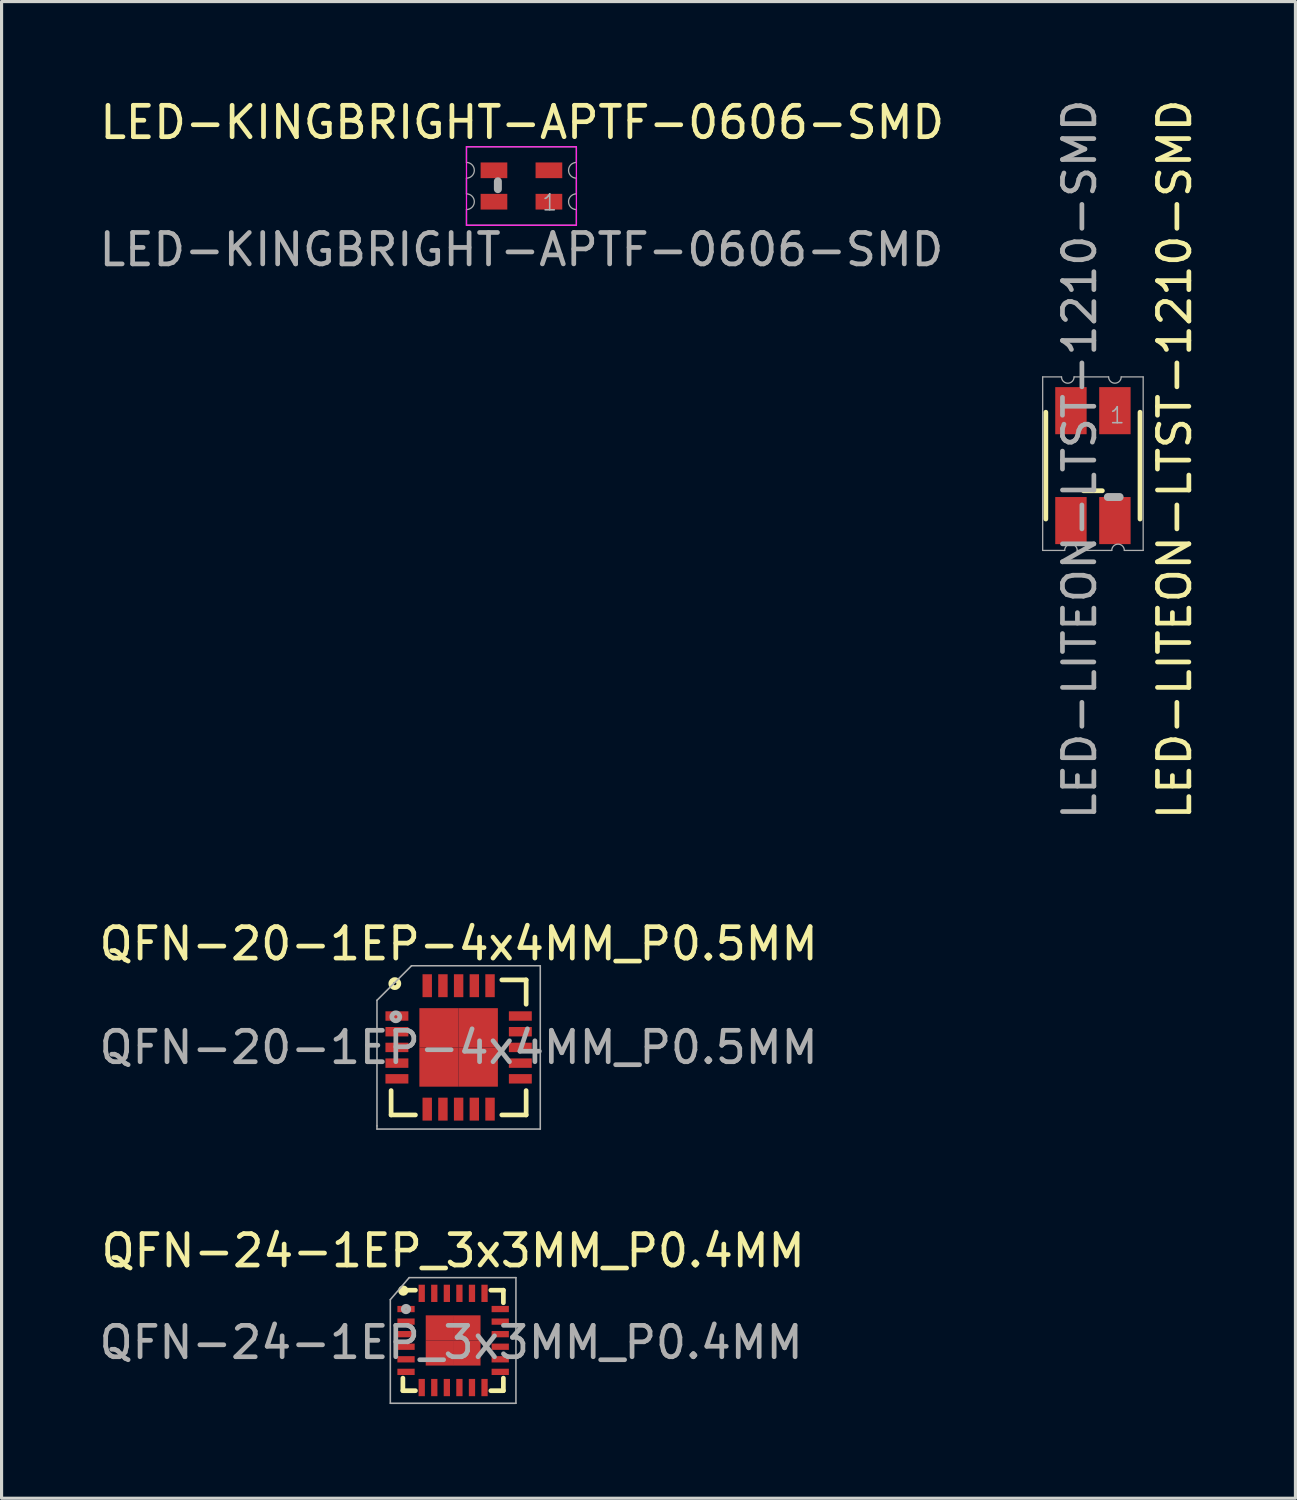
<source format=kicad_pcb>
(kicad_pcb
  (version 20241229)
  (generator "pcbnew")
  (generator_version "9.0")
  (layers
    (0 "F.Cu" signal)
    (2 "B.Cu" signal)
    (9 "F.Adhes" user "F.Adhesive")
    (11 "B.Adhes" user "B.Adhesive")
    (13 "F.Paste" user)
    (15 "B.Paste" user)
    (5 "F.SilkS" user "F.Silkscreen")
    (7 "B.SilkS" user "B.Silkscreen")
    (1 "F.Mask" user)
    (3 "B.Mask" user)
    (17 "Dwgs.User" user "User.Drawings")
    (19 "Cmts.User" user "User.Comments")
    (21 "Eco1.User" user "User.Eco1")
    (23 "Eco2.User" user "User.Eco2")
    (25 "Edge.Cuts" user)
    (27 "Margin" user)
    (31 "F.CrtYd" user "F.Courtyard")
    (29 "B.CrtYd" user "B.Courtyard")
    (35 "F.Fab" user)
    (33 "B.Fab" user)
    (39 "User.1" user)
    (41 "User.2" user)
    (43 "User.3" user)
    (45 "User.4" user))
  (footprint "LED-KINGBRIGHT-APTF-0606-SMD"
    (layer "F.Cu")
    (at 13.554 2.873)
    (property "Reference" "LED-KINGBRIGHT-APTF-0606-SMD" (at 0 2.025 180) (layer "F.Fab") (effects (font (size 1 1) (thickness 0.15))))
    (attr through_hole)
    (fp_line (start -1.75 -1.25) (end 1.75 -1.25) (stroke (width 0.041) (type solid)) (layer "F.CrtYd"))
    (fp_line (start -1.75 1.25) (end -1.75 -1.25) (stroke (width 0.041) (type solid)) (layer "F.CrtYd"))
    (fp_line (start 1.75 -1.25) (end 1.75 1.25) (stroke (width 0.041) (type solid)) (layer "F.CrtYd"))
    (fp_line (start 1.75 1.25) (end -1.75 1.25) (stroke (width 0.041) (type solid)) (layer "F.CrtYd"))
    (fp_line (start -1.75 -1.25) (end -1.75 -0.75) (stroke (width 0.041) (type solid)) (layer "F.Fab"))
    (fp_line (start -1.75 -0.25) (end -1.75 0.25) (stroke (width 0.041) (type solid)) (layer "F.Fab"))
    (fp_line (start -1.75 0.75) (end -1.75 1.25) (stroke (width 0.041) (type solid)) (layer "F.Fab"))
    (fp_line (start -1.75 1.25) (end 1.75 1.25) (stroke (width 0.041) (type solid)) (layer "F.Fab"))
    (fp_line (start -0.75 -0.15) (end -0.75 0.1) (stroke (width 0.254) (type solid)) (layer "F.Fab"))
    (fp_line (start 1.75 -1.25) (end -1.75 -1.25) (stroke (width 0.041) (type solid)) (layer "F.Fab"))
    (fp_line (start 1.75 -0.75) (end 1.75 -1.25) (stroke (width 0.041) (type solid)) (layer "F.Fab"))
    (fp_line (start 1.75 0.25) (end 1.75 -0.25) (stroke (width 0.041) (type solid)) (layer "F.Fab"))
    (fp_line (start 1.75 1.25) (end 1.75 0.75) (stroke (width 0.041) (type solid)) (layer "F.Fab"))
    (fp_arc (start -1.75 -0.75) (mid -1.5 -0.5) (end -1.75 -0.25) (stroke (width 0.04064) (type solid)) (layer "F.Fab"))
    (fp_arc (start -1.75 0.25) (mid -1.5 0.5) (end -1.75 0.75) (stroke (width 0.04064) (type solid)) (layer "F.Fab"))
    (fp_arc (start 1.75 -0.25) (mid 1.5 -0.5) (end 1.75 -0.75) (stroke (width 0.04064) (type solid)) (layer "F.Fab"))
    (fp_arc (start 1.75 0.75) (mid 1.5 0.5) (end 1.75 0.25) (stroke (width 0.04064) (type solid)) (layer "F.Fab"))
    (fp_text user "${REFERENCE}" (at 0.025 -2.025 0) (layer "F.SilkS") (effects (font (size 1 1) (thickness 0.15))))
    (fp_text user "1" (at 0.9 0.525 0) (layer "F.Fab") (effects (font (size 0.508 0.508) (thickness 0.051))))
    (pad "1" smd rect (at 0.875 0.5) (size 0.85 0.5) (layers "F.Cu" "F.Mask" "F.Paste"))
    (pad "2" smd rect (at -0.875 0.5) (size 0.85 0.5) (layers "F.Cu" "F.Mask" "F.Paste"))
    (pad "3" smd rect (at -0.875 -0.5) (size 0.85 0.5) (layers "F.Cu" "F.Mask" "F.Paste"))
    (pad "4" smd rect (at 0.875 -0.5) (size 0.85 0.5) (layers "F.Cu" "F.Mask" "F.Paste")))
  (footprint "QFN-20-1EP-4x4MM_P0.5MM"
    (layer "F.Cu")
    (at 11.554 30.303)
    (property "Reference" "QFN-20-1EP-4x4MM_P0.5MM" (at 0 0 0) (layer "F.Fab") (effects (font (size 1 1) (thickness 0.15))))
    (attr smd)
    (fp_line (start -2.15 2.15) (end -2.15 1.375) (stroke (width 0.15) (type solid)) (layer "F.SilkS"))
    (fp_line (start -2.15 2.15) (end -1.375 2.15) (stroke (width 0.15) (type solid)) (layer "F.SilkS"))
    (fp_line (start 2.15 -2.15) (end 1.375 -2.15) (stroke (width 0.15) (type solid)) (layer "F.SilkS"))
    (fp_line (start 2.15 -2.15) (end 2.15 -1.375) (stroke (width 0.15) (type solid)) (layer "F.SilkS"))
    (fp_line (start 2.15 2.15) (end 1.375 2.15) (stroke (width 0.15) (type solid)) (layer "F.SilkS"))
    (fp_line (start 2.15 2.15) (end 2.15 1.375) (stroke (width 0.15) (type solid)) (layer "F.SilkS"))
    (fp_circle (center -2.032 -2.032) (end -1.905 -2.032) (stroke (width 0.152) (type solid)) (fill no) (layer "F.SilkS"))
    (fp_line (start -2.6 -1.5) (end -2.6 2.5) (stroke (width 0.05) (type solid)) (layer "F.Fab"))
    (fp_line (start -2.6 -1.5) (end -1.5 -2.6) (stroke (width 0.051) (type solid)) (layer "F.Fab"))
    (fp_line (start -2.6 2.5) (end -2.6 2.6) (stroke (width 0.05) (type solid)) (layer "F.Fab"))
    (fp_line (start -2.6 2.6) (end 2.6 2.6) (stroke (width 0.05) (type solid)) (layer "F.Fab"))
    (fp_line (start 2.6 -2.6) (end -1.5 -2.6) (stroke (width 0.05) (type solid)) (layer "F.Fab"))
    (fp_line (start 2.6 2.6) (end 2.6 -2.6) (stroke (width 0.05) (type solid)) (layer "F.Fab"))
    (fp_circle (center -2 -0.975) (end -1.873 -0.975) (stroke (width 0.152) (type solid)) (fill no) (layer "F.Fab"))
    (fp_text user "${REFERENCE}" (at 0 -3.3 0) (layer "F.SilkS") (effects (font (size 1 1) (thickness 0.15))))
    (pad "1" smd rect (at -1.965 -1) (size 0.73 0.3) (layers "F.Cu" "F.Mask" "F.Paste"))
    (pad "2" smd rect (at -1.965 -0.5) (size 0.73 0.3) (layers "F.Cu" "F.Mask" "F.Paste"))
    (pad "3" smd rect (at -1.965 0) (size 0.73 0.3) (layers "F.Cu" "F.Mask" "F.Paste"))
    (pad "4" smd rect (at -1.965 0.5) (size 0.73 0.3) (layers "F.Cu" "F.Mask" "F.Paste"))
    (pad "5" smd rect (at -1.965 1) (size 0.73 0.3) (layers "F.Cu" "F.Mask" "F.Paste"))
    (pad "6" smd rect (at -1 1.965 90) (size 0.73 0.3) (layers "F.Cu" "F.Mask" "F.Paste"))
    (pad "7" smd rect (at -0.5 1.965 90) (size 0.73 0.3) (layers "F.Cu" "F.Mask" "F.Paste"))
    (pad "8" smd rect (at 0 1.965 90) (size 0.73 0.3) (layers "F.Cu" "F.Mask" "F.Paste"))
    (pad "9" smd rect (at 0.5 1.965 90) (size 0.73 0.3) (layers "F.Cu" "F.Mask" "F.Paste"))
    (pad "10" smd rect (at 1 1.965 90) (size 0.73 0.3) (layers "F.Cu" "F.Mask" "F.Paste"))
    (pad "11" smd rect (at 1.965 1) (size 0.73 0.3) (layers "F.Cu" "F.Mask" "F.Paste"))
    (pad "12" smd rect (at 1.965 0.5) (size 0.73 0.3) (layers "F.Cu" "F.Mask" "F.Paste"))
    (pad "13" smd rect (at 1.965 0) (size 0.73 0.3) (layers "F.Cu" "F.Mask" "F.Paste"))
    (pad "14" smd rect (at 1.965 -0.5) (size 0.73 0.3) (layers "F.Cu" "F.Mask" "F.Paste"))
    (pad "15" smd rect (at 1.965 -1) (size 0.73 0.3) (layers "F.Cu" "F.Mask" "F.Paste"))
    (pad "16" smd rect (at 1 -1.965 90) (size 0.73 0.3) (layers "F.Cu" "F.Mask" "F.Paste"))
    (pad "17" smd rect (at 0.5 -1.965 90) (size 0.73 0.3) (layers "F.Cu" "F.Mask" "F.Paste"))
    (pad "18" smd rect (at 0 -1.965 90) (size 0.73 0.3) (layers "F.Cu" "F.Mask" "F.Paste"))
    (pad "19" smd rect (at -0.5 -1.965 90) (size 0.73 0.3) (layers "F.Cu" "F.Mask" "F.Paste"))
    (pad "20" smd rect (at -1 -1.965 90) (size 0.73 0.3) (layers "F.Cu" "F.Mask" "F.Paste"))
    (pad "21" smd rect (at -0.625 -0.625) (size 1.25 1.25) (layers "F.Cu" "F.Mask" "F.Paste"))
    (pad "21" smd rect (at -0.625 0.625) (size 1.25 1.25) (layers "F.Cu" "F.Mask" "F.Paste"))
    (pad "21" smd rect (at 0.625 -0.625) (size 1.25 1.25) (layers "F.Cu" "F.Mask" "F.Paste"))
    (pad "21" smd rect (at 0.625 0.625) (size 1.25 1.25) (layers "F.Cu" "F.Mask" "F.Paste")))
  (footprint "LED-LITEON-LTST-1210-SMD"
    (layer "F.Cu")
    (at 31.752 11.777)
    (property "Reference" "LED-LITEON-LTST-1210-SMD" (at -0.425 -0.2 270) (layer "F.Fab") (effects (font (size 1 1) (thickness 0.15))))
    (attr through_hole)
    (fp_line (start -1.5 -1.7) (end -1.5 1.7) (stroke (width 0.152) (type solid)) (layer "F.SilkS"))
    (fp_line (start 0.3 0.8) (end -0.3 0.8) (stroke (width 0.152) (type solid)) (layer "F.SilkS"))
    (fp_line (start 1.5 -1.7) (end 1.5 1.7) (stroke (width 0.152) (type solid)) (layer "F.SilkS"))
    (fp_line (start -1.6 -2.825) (end -1 -2.825) (stroke (width 0.041) (type solid)) (layer "F.Fab"))
    (fp_line (start -1.6 2.7) (end -1.6 -2.825) (stroke (width 0.041) (type solid)) (layer "F.Fab"))
    (fp_line (start -1.6 2.7) (end -0.9 2.7) (stroke (width 0.041) (type solid)) (layer "F.Fab"))
    (fp_line (start -0.5 2.7) (end 0.6 2.7) (stroke (width 0.041) (type solid)) (layer "F.Fab"))
    (fp_line (start 0.475 1) (end 0.85 1) (stroke (width 0.254) (type solid)) (layer "F.Fab"))
    (fp_line (start 0.5 -2.825) (end -0.6 -2.825) (stroke (width 0.041) (type solid)) (layer "F.Fab"))
    (fp_line (start 1.6 -2.825) (end 0.9 -2.825) (stroke (width 0.041) (type solid)) (layer "F.Fab"))
    (fp_line (start 1.6 -2.825) (end 1.6 2.7) (stroke (width 0.041) (type solid)) (layer "F.Fab"))
    (fp_line (start 1.6 2.7) (end 1 2.7) (stroke (width 0.041) (type solid)) (layer "F.Fab"))
    (fp_arc (start -0.9 2.7) (mid -0.7 2.5) (end -0.5 2.7) (stroke (width 0.04064) (type solid)) (layer "F.Fab"))
    (fp_arc (start -0.6 -2.825) (mid -0.8 -2.625) (end -1 -2.825) (stroke (width 0.04064) (type solid)) (layer "F.Fab"))
    (fp_arc (start 0.6 2.7) (mid 0.8 2.5) (end 1 2.7) (stroke (width 0.04064) (type solid)) (layer "F.Fab"))
    (fp_arc (start 0.9 -2.825) (mid 0.7 -2.625) (end 0.5 -2.825) (stroke (width 0.04064) (type solid)) (layer "F.Fab"))
    (fp_text user "${REFERENCE}" (at 2.6 -0.2 90) (layer "F.SilkS") (effects (font (size 1 1) (thickness 0.15))))
    (fp_text user "1" (at 0.775 -1.6 0) (layer "F.Fab") (effects (font (size 0.508 0.508) (thickness 0.051))))
    (pad "1" smd rect (at 0.7 -1.75) (size 1 1.5) (layers "F.Cu" "F.Mask" "F.Paste"))
    (pad "2" smd rect (at -0.7 -1.75) (size 1 1.5) (layers "F.Cu" "F.Mask" "F.Paste"))
    (pad "3" smd rect (at 0.7 1.75) (size 1 1.5) (layers "F.Cu" "F.Mask" "F.Paste"))
    (pad "4" smd rect (at -0.7 1.75) (size 1 1.5) (layers "F.Cu" "F.Mask" "F.Paste")))
  (footprint "QFN-24-1EP_3x3MM_P0.4MM"
    (layer "F.Cu")
    (at 11.379 39.634)
    (property "Reference" "QFN-24-1EP_3x3MM_P0.4MM" (at -0.064 0.064 0) (layer "F.Fab") (effects (font (size 1 1) (thickness 0.15))))
    (attr smd)
    (fp_line (start -1.6 -1.6) (end -1.2 -1.6) (stroke (width 0.15) (type solid)) (layer "F.SilkS"))
    (fp_line (start -1.6 1.6) (end -1.6 1.2) (stroke (width 0.15) (type solid)) (layer "F.SilkS"))
    (fp_line (start -1.6 1.6) (end -1.2 1.6) (stroke (width 0.15) (type solid)) (layer "F.SilkS"))
    (fp_line (start 1.6 -1.6) (end 1.2 -1.6) (stroke (width 0.15) (type solid)) (layer "F.SilkS"))
    (fp_line (start 1.6 -1.6) (end 1.6 -1.2) (stroke (width 0.15) (type solid)) (layer "F.SilkS"))
    (fp_line (start 1.6 1.6) (end 1.2 1.6) (stroke (width 0.15) (type solid)) (layer "F.SilkS"))
    (fp_line (start 1.6 1.6) (end 1.6 1.2) (stroke (width 0.15) (type solid)) (layer "F.SilkS"))
    (fp_circle (center -1.587 -1.587) (end -1.5 -1.6) (stroke (width 0.152) (type solid)) (fill no) (layer "F.SilkS"))
    (fp_line (start -2 -1.3) (end -1.4 -2) (stroke (width 0.05) (type solid)) (layer "F.Fab"))
    (fp_line (start -2 2) (end -2 -1.3) (stroke (width 0.05) (type solid)) (layer "F.Fab"))
    (fp_line (start -1.4 -2) (end 2 -2) (stroke (width 0.05) (type solid)) (layer "F.Fab"))
    (fp_line (start 2 -2) (end 2 2) (stroke (width 0.05) (type solid)) (layer "F.Fab"))
    (fp_line (start 2 2) (end -2 2) (stroke (width 0.05) (type solid)) (layer "F.Fab"))
    (fp_circle (center -1.5 -1) (end -1.413 -1.012) (stroke (width 0.152) (type solid)) (fill no) (layer "F.Fab"))
    (fp_text user "${REFERENCE}" (at 0 -2.857 0) (layer "F.SilkS") (effects (font (size 1 1) (thickness 0.15))))
    (pad "1" smd rect (at -1.5 -1) (size 0.55 0.2) (layers "F.Cu" "F.Mask" "F.Paste"))
    (pad "2" smd rect (at -1.5 -0.6) (size 0.55 0.2) (layers "F.Cu" "F.Mask" "F.Paste"))
    (pad "3" smd rect (at -1.5 -0.2) (size 0.55 0.2) (layers "F.Cu" "F.Mask" "F.Paste"))
    (pad "4" smd rect (at -1.5 0.2) (size 0.55 0.2) (layers "F.Cu" "F.Mask" "F.Paste"))
    (pad "5" smd rect (at -1.5 0.6) (size 0.55 0.2) (layers "F.Cu" "F.Mask" "F.Paste"))
    (pad "6" smd rect (at -1.5 1) (size 0.55 0.2) (layers "F.Cu" "F.Mask" "F.Paste"))
    (pad "7" smd rect (at -1 1.5 90) (size 0.55 0.2) (layers "F.Cu" "F.Mask" "F.Paste"))
    (pad "8" smd rect (at -0.6 1.5 90) (size 0.55 0.2) (layers "F.Cu" "F.Mask" "F.Paste"))
    (pad "9" smd rect (at -0.2 1.5 90) (size 0.55 0.2) (layers "F.Cu" "F.Mask" "F.Paste"))
    (pad "10" smd rect (at 0.2 1.5 90) (size 0.55 0.2) (layers "F.Cu" "F.Mask" "F.Paste"))
    (pad "11" smd rect (at 0.6 1.5 90) (size 0.55 0.2) (layers "F.Cu" "F.Mask" "F.Paste"))
    (pad "12" smd rect (at 1 1.5 90) (size 0.55 0.2) (layers "F.Cu" "F.Mask" "F.Paste"))
    (pad "13" smd rect (at 1.5 1) (size 0.55 0.2) (layers "F.Cu" "F.Mask" "F.Paste"))
    (pad "14" smd rect (at 1.5 0.6) (size 0.55 0.2) (layers "F.Cu" "F.Mask" "F.Paste"))
    (pad "15" smd rect (at 1.5 0.2) (size 0.55 0.2) (layers "F.Cu" "F.Mask" "F.Paste"))
    (pad "16" smd rect (at 1.5 -0.2) (size 0.55 0.2) (layers "F.Cu" "F.Mask" "F.Paste"))
    (pad "17" smd rect (at 1.5 -0.6) (size 0.55 0.2) (layers "F.Cu" "F.Mask" "F.Paste"))
    (pad "18" smd rect (at 1.5 -1) (size 0.55 0.2) (layers "F.Cu" "F.Mask" "F.Paste"))
    (pad "19" smd rect (at 1 -1.5 90) (size 0.55 0.2) (layers "F.Cu" "F.Mask" "F.Paste"))
    (pad "20" smd rect (at 0.6 -1.5 90) (size 0.55 0.2) (layers "F.Cu" "F.Mask" "F.Paste"))
    (pad "21" smd rect (at 0.2 -1.5 90) (size 0.55 0.2) (layers "F.Cu" "F.Mask" "F.Paste"))
    (pad "22" smd rect (at -0.2 -1.5 90) (size 0.55 0.2) (layers "F.Cu" "F.Mask" "F.Paste"))
    (pad "23" smd rect (at -0.6 -1.5 90) (size 0.55 0.2) (layers "F.Cu" "F.Mask" "F.Paste"))
    (pad "24" smd rect (at -1 -1.5 90) (size 0.55 0.2) (layers "F.Cu" "F.Mask" "F.Paste"))
    (pad "25" smd rect (at -0.435 -0.4) (size 0.875 0.8) (layers "F.Cu" "F.Mask" "F.Paste"))
    (pad "25" smd rect (at -0.435 0.4) (size 0.875 0.8) (layers "F.Cu" "F.Mask" "F.Paste"))
    (pad "25" smd rect (at 0.435 -0.4) (size 0.875 0.8) (layers "F.Cu" "F.Mask" "F.Paste"))
    (pad "25" smd rect (at 0.435 0.4) (size 0.875 0.8) (layers "F.Cu" "F.Mask" "F.Paste")))
  (gr_rect
    (start -3 -3)
    (end 38.201 44.659)
    (stroke (width 0.1) (type default))
    (fill no)
    (layer "Edge.Cuts")))
</source>
